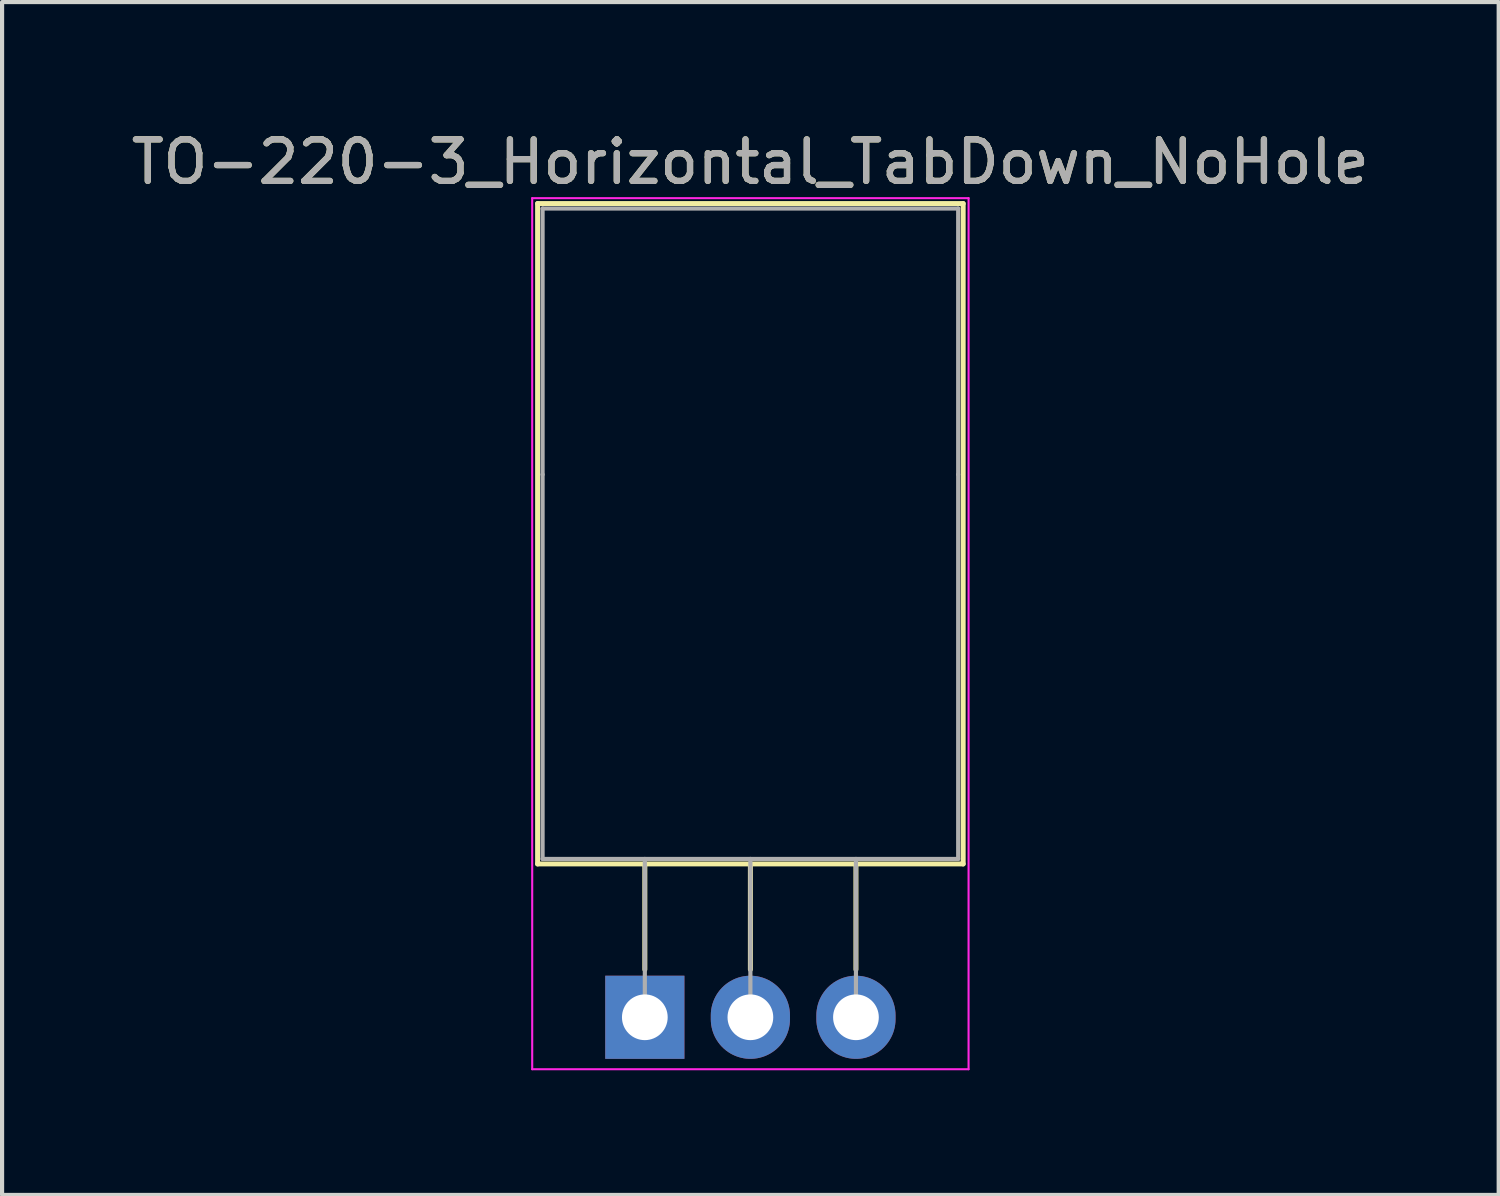
<source format=kicad_pcb>
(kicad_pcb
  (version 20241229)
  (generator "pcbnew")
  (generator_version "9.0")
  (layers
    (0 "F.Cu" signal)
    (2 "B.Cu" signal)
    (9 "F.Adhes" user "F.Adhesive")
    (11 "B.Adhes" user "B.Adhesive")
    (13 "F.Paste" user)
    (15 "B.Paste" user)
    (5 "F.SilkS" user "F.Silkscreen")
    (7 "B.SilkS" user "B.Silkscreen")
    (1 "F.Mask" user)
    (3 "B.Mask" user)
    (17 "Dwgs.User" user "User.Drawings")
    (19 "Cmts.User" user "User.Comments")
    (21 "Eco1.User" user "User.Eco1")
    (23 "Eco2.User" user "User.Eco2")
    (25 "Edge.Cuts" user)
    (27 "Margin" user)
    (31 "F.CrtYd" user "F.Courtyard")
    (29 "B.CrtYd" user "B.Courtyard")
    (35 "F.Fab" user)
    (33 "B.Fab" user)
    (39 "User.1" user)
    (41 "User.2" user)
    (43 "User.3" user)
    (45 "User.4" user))
  (footprint "TO-220-3_Horizontal_TabDown_NoHole"
    (layer "F.Cu")
    (at 12.466 21.428)
    (property "Reference" "TO-220-3_Horizontal_TabDown_NoHole" (at 2.54 -20.58 0) (layer "F.SilkS") (effects (font (size 1 1) (thickness 0.15))))
    (attr through_hole)
    (fp_line (start -2.58 -19.58) (end -2.58 -3.69) (stroke (width 0.12) (type solid)) (layer "F.SilkS"))
    (fp_line (start -2.58 -19.58) (end 7.66 -19.58) (stroke (width 0.12) (type solid)) (layer "F.SilkS"))
    (fp_line (start -2.58 -3.69) (end 7.66 -3.69) (stroke (width 0.12) (type solid)) (layer "F.SilkS"))
    (fp_line (start 0 -3.69) (end 0 -1.15) (stroke (width 0.12) (type solid)) (layer "F.SilkS"))
    (fp_line (start 2.54 -3.69) (end 2.54 -1.15) (stroke (width 0.12) (type solid)) (layer "F.SilkS"))
    (fp_line (start 5.08 -3.69) (end 5.08 -1.15) (stroke (width 0.12) (type solid)) (layer "F.SilkS"))
    (fp_line (start 7.66 -19.58) (end 7.66 -3.69) (stroke (width 0.12) (type solid)) (layer "F.SilkS"))
    (fp_line (start -2.71 -19.71) (end -2.71 1.25) (stroke (width 0.05) (type solid)) (layer "F.CrtYd"))
    (fp_line (start -2.71 1.25) (end 7.79 1.25) (stroke (width 0.05) (type solid)) (layer "F.CrtYd"))
    (fp_line (start 7.79 -19.71) (end -2.71 -19.71) (stroke (width 0.05) (type solid)) (layer "F.CrtYd"))
    (fp_line (start 7.79 1.25) (end 7.79 -19.71) (stroke (width 0.05) (type solid)) (layer "F.CrtYd"))
    (fp_line (start -2.46 -19.46) (end 7.54 -19.46) (stroke (width 0.1) (type solid)) (layer "F.Fab"))
    (fp_line (start -2.46 -13.06) (end -2.46 -19.46) (stroke (width 0.1) (type solid)) (layer "F.Fab"))
    (fp_line (start -2.46 -3.81) (end -2.46 -13.06) (stroke (width 0.1) (type solid)) (layer "F.Fab"))
    (fp_line (start 0 -3.81) (end 0 0) (stroke (width 0.1) (type solid)) (layer "F.Fab"))
    (fp_line (start 2.54 -3.81) (end 2.54 0) (stroke (width 0.1) (type solid)) (layer "F.Fab"))
    (fp_line (start 5.08 -3.81) (end 5.08 0) (stroke (width 0.1) (type solid)) (layer "F.Fab"))
    (fp_line (start 7.54 -19.46) (end 7.54 -13.06) (stroke (width 0.1) (type solid)) (layer "F.Fab"))
    (fp_line (start 7.54 -13.06) (end 7.54 -3.81) (stroke (width 0.1) (type solid)) (layer "F.Fab"))
    (fp_line (start 7.54 -3.81) (end -2.46 -3.81) (stroke (width 0.1) (type solid)) (layer "F.Fab"))
    (fp_text user "${REFERENCE}" (at 2.54 -20.58 0) (layer "F.Fab") (effects (font (size 1 1) (thickness 0.15))))
    (pad "1" thru_hole rect (at 0 0) (size 1.905 2) (drill 1.1) (layers "*.Cu" "*.Mask"))
    (pad "2" thru_hole oval (at 2.54 0) (size 1.905 2) (drill 1.1) (layers "*.Cu" "*.Mask"))
    (pad "3" thru_hole oval (at 5.08 0) (size 1.905 2) (drill 1.1) (layers "*.Cu" "*.Mask")))
  (gr_rect
    (start -3 -3)
    (end 33.012 25.703)
    (stroke (width 0.1) (type default))
    (fill no)
    (layer "Edge.Cuts")))
</source>
